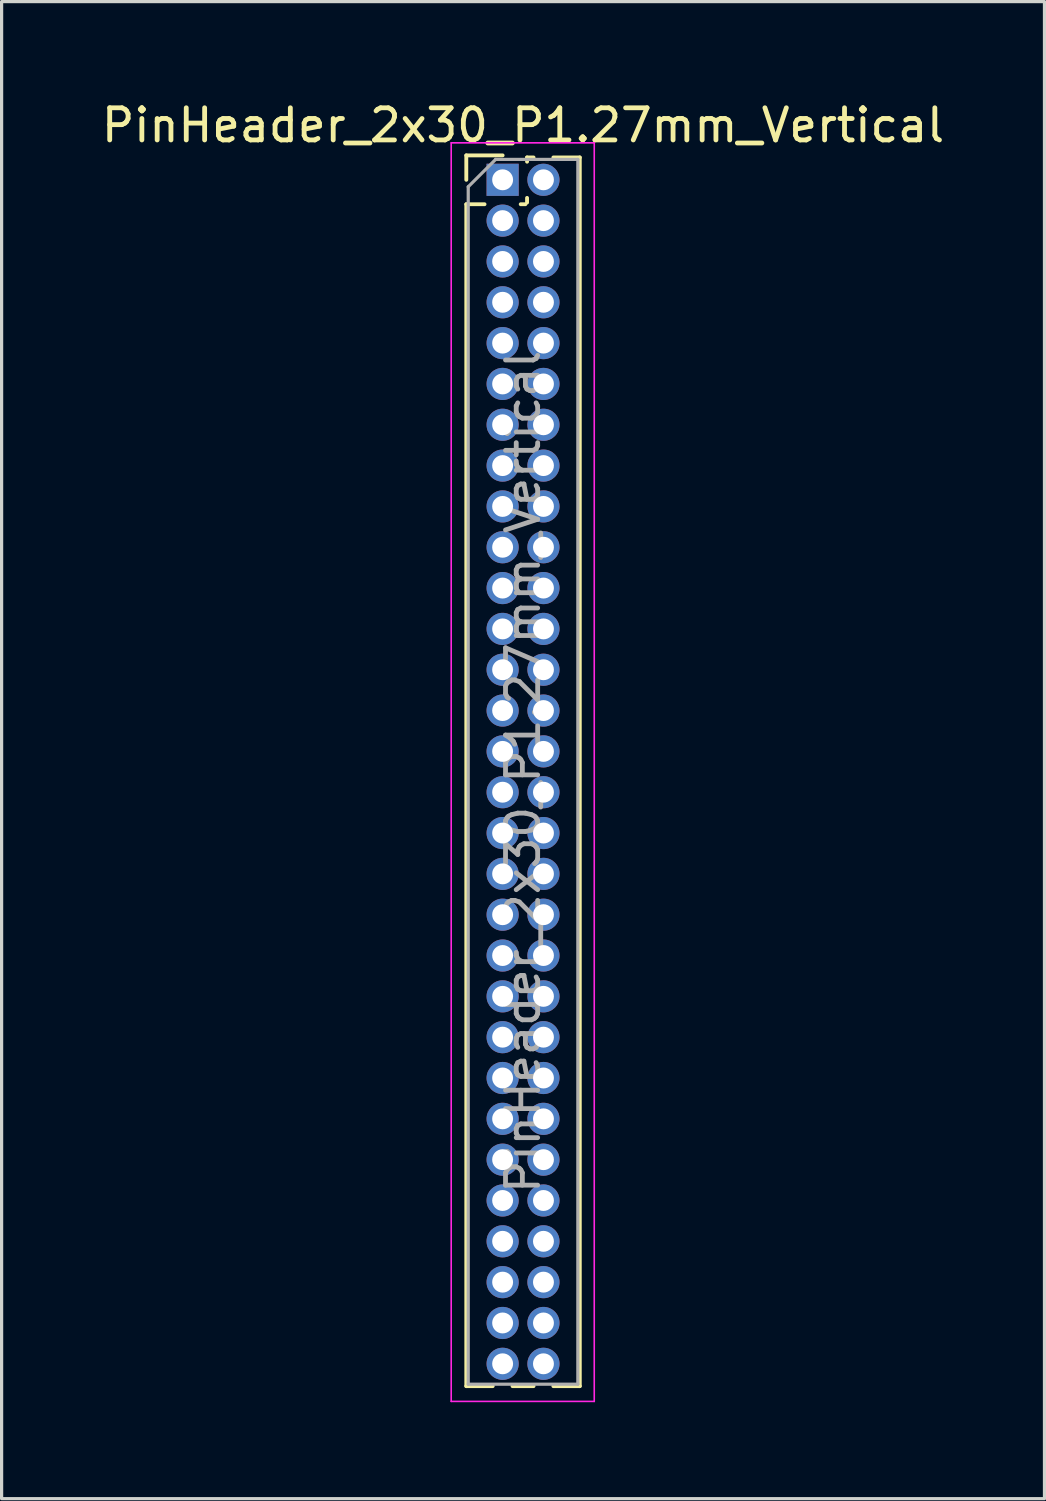
<source format=kicad_pcb>
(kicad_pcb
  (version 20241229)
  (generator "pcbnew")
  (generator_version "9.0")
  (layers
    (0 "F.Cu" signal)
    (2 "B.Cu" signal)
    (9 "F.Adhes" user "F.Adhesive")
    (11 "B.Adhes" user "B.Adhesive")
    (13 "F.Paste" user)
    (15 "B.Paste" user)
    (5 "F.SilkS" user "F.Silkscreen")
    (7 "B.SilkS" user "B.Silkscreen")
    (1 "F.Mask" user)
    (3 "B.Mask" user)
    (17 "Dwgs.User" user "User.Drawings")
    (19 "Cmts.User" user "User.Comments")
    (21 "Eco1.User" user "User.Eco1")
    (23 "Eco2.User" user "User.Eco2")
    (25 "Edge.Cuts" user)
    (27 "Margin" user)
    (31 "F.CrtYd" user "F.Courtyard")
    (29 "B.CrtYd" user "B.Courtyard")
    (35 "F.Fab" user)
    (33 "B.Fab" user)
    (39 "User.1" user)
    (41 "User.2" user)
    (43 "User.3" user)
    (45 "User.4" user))
  (footprint "PinHeader_2x30_P1.27mm_Vertical"
    (layer "F.Cu")
    (at 12.585 2.543)
    (property "Reference" "PinHeader_2x30_P1.27mm_Vertical" (at 0.635 -1.695 0) (layer "F.SilkS") (effects (font (size 1 1) (thickness 0.15))))
    (attr through_hole)
    (fp_line (start -1.13 -0.76) (end 0 -0.76) (stroke (width 0.12) (type solid)) (layer "F.SilkS"))
    (fp_line (start -1.13 0) (end -1.13 -0.76) (stroke (width 0.12) (type solid)) (layer "F.SilkS"))
    (fp_line (start -1.13 0.76) (end -1.13 37.525) (stroke (width 0.12) (type solid)) (layer "F.SilkS"))
    (fp_line (start -1.13 0.76) (end -0.563 0.76) (stroke (width 0.12) (type solid)) (layer "F.SilkS"))
    (fp_line (start -1.13 37.525) (end -0.308 37.525) (stroke (width 0.12) (type solid)) (layer "F.SilkS"))
    (fp_line (start 0.308 37.525) (end 0.962 37.525) (stroke (width 0.12) (type solid)) (layer "F.SilkS"))
    (fp_line (start 0.563 0.76) (end 0.707 0.76) (stroke (width 0.12) (type solid)) (layer "F.SilkS"))
    (fp_line (start 0.76 -0.695) (end 0.962 -0.695) (stroke (width 0.12) (type solid)) (layer "F.SilkS"))
    (fp_line (start 0.76 -0.563) (end 0.76 -0.695) (stroke (width 0.12) (type solid)) (layer "F.SilkS"))
    (fp_line (start 0.76 0.707) (end 0.76 0.563) (stroke (width 0.12) (type solid)) (layer "F.SilkS"))
    (fp_line (start 1.578 -0.695) (end 2.4 -0.695) (stroke (width 0.12) (type solid)) (layer "F.SilkS"))
    (fp_line (start 1.578 37.525) (end 2.4 37.525) (stroke (width 0.12) (type solid)) (layer "F.SilkS"))
    (fp_line (start 2.4 -0.695) (end 2.4 37.525) (stroke (width 0.12) (type solid)) (layer "F.SilkS"))
    (fp_line (start -1.6 -1.15) (end -1.6 38) (stroke (width 0.05) (type solid)) (layer "F.CrtYd"))
    (fp_line (start -1.6 38) (end 2.85 38) (stroke (width 0.05) (type solid)) (layer "F.CrtYd"))
    (fp_line (start 2.85 -1.15) (end -1.6 -1.15) (stroke (width 0.05) (type solid)) (layer "F.CrtYd"))
    (fp_line (start 2.85 38) (end 2.85 -1.15) (stroke (width 0.05) (type solid)) (layer "F.CrtYd"))
    (fp_line (start -1.07 0.217) (end -0.217 -0.635) (stroke (width 0.1) (type solid)) (layer "F.Fab"))
    (fp_line (start -1.07 37.465) (end -1.07 0.217) (stroke (width 0.1) (type solid)) (layer "F.Fab"))
    (fp_line (start -0.217 -0.635) (end 2.34 -0.635) (stroke (width 0.1) (type solid)) (layer "F.Fab"))
    (fp_line (start 2.34 -0.635) (end 2.34 37.465) (stroke (width 0.1) (type solid)) (layer "F.Fab"))
    (fp_line (start 2.34 37.465) (end -1.07 37.465) (stroke (width 0.1) (type solid)) (layer "F.Fab"))
    (fp_text user "${REFERENCE}" (at 0.635 18.415 90) (layer "F.Fab") (effects (font (size 1 1) (thickness 0.15))))
    (pad "1" thru_hole rect (at 0 0) (size 1 1) (drill 0.65) (layers "*.Cu" "*.Mask"))
    (pad "2" thru_hole oval (at 1.27 0) (size 1 1) (drill 0.65) (layers "*.Cu" "*.Mask"))
    (pad "3" thru_hole oval (at 0 1.27) (size 1 1) (drill 0.65) (layers "*.Cu" "*.Mask"))
    (pad "4" thru_hole oval (at 1.27 1.27) (size 1 1) (drill 0.65) (layers "*.Cu" "*.Mask"))
    (pad "5" thru_hole oval (at 0 2.54) (size 1 1) (drill 0.65) (layers "*.Cu" "*.Mask"))
    (pad "6" thru_hole oval (at 1.27 2.54) (size 1 1) (drill 0.65) (layers "*.Cu" "*.Mask"))
    (pad "7" thru_hole oval (at 0 3.81) (size 1 1) (drill 0.65) (layers "*.Cu" "*.Mask"))
    (pad "8" thru_hole oval (at 1.27 3.81) (size 1 1) (drill 0.65) (layers "*.Cu" "*.Mask"))
    (pad "9" thru_hole oval (at 0 5.08) (size 1 1) (drill 0.65) (layers "*.Cu" "*.Mask"))
    (pad "10" thru_hole oval (at 1.27 5.08) (size 1 1) (drill 0.65) (layers "*.Cu" "*.Mask"))
    (pad "11" thru_hole oval (at 0 6.35) (size 1 1) (drill 0.65) (layers "*.Cu" "*.Mask"))
    (pad "12" thru_hole oval (at 1.27 6.35) (size 1 1) (drill 0.65) (layers "*.Cu" "*.Mask"))
    (pad "13" thru_hole oval (at 0 7.62) (size 1 1) (drill 0.65) (layers "*.Cu" "*.Mask"))
    (pad "14" thru_hole oval (at 1.27 7.62) (size 1 1) (drill 0.65) (layers "*.Cu" "*.Mask"))
    (pad "15" thru_hole oval (at 0 8.89) (size 1 1) (drill 0.65) (layers "*.Cu" "*.Mask"))
    (pad "16" thru_hole oval (at 1.27 8.89) (size 1 1) (drill 0.65) (layers "*.Cu" "*.Mask"))
    (pad "17" thru_hole oval (at 0 10.16) (size 1 1) (drill 0.65) (layers "*.Cu" "*.Mask"))
    (pad "18" thru_hole oval (at 1.27 10.16) (size 1 1) (drill 0.65) (layers "*.Cu" "*.Mask"))
    (pad "19" thru_hole oval (at 0 11.43) (size 1 1) (drill 0.65) (layers "*.Cu" "*.Mask"))
    (pad "20" thru_hole oval (at 1.27 11.43) (size 1 1) (drill 0.65) (layers "*.Cu" "*.Mask"))
    (pad "21" thru_hole oval (at 0 12.7) (size 1 1) (drill 0.65) (layers "*.Cu" "*.Mask"))
    (pad "22" thru_hole oval (at 1.27 12.7) (size 1 1) (drill 0.65) (layers "*.Cu" "*.Mask"))
    (pad "23" thru_hole oval (at 0 13.97) (size 1 1) (drill 0.65) (layers "*.Cu" "*.Mask"))
    (pad "24" thru_hole oval (at 1.27 13.97) (size 1 1) (drill 0.65) (layers "*.Cu" "*.Mask"))
    (pad "25" thru_hole oval (at 0 15.24) (size 1 1) (drill 0.65) (layers "*.Cu" "*.Mask"))
    (pad "26" thru_hole oval (at 1.27 15.24) (size 1 1) (drill 0.65) (layers "*.Cu" "*.Mask"))
    (pad "27" thru_hole oval (at 0 16.51) (size 1 1) (drill 0.65) (layers "*.Cu" "*.Mask"))
    (pad "28" thru_hole oval (at 1.27 16.51) (size 1 1) (drill 0.65) (layers "*.Cu" "*.Mask"))
    (pad "29" thru_hole oval (at 0 17.78) (size 1 1) (drill 0.65) (layers "*.Cu" "*.Mask"))
    (pad "30" thru_hole oval (at 1.27 17.78) (size 1 1) (drill 0.65) (layers "*.Cu" "*.Mask"))
    (pad "31" thru_hole oval (at 0 19.05) (size 1 1) (drill 0.65) (layers "*.Cu" "*.Mask"))
    (pad "32" thru_hole oval (at 1.27 19.05) (size 1 1) (drill 0.65) (layers "*.Cu" "*.Mask"))
    (pad "33" thru_hole oval (at 0 20.32) (size 1 1) (drill 0.65) (layers "*.Cu" "*.Mask"))
    (pad "34" thru_hole oval (at 1.27 20.32) (size 1 1) (drill 0.65) (layers "*.Cu" "*.Mask"))
    (pad "35" thru_hole oval (at 0 21.59) (size 1 1) (drill 0.65) (layers "*.Cu" "*.Mask"))
    (pad "36" thru_hole oval (at 1.27 21.59) (size 1 1) (drill 0.65) (layers "*.Cu" "*.Mask"))
    (pad "37" thru_hole oval (at 0 22.86) (size 1 1) (drill 0.65) (layers "*.Cu" "*.Mask"))
    (pad "38" thru_hole oval (at 1.27 22.86) (size 1 1) (drill 0.65) (layers "*.Cu" "*.Mask"))
    (pad "39" thru_hole oval (at 0 24.13) (size 1 1) (drill 0.65) (layers "*.Cu" "*.Mask"))
    (pad "40" thru_hole oval (at 1.27 24.13) (size 1 1) (drill 0.65) (layers "*.Cu" "*.Mask"))
    (pad "41" thru_hole oval (at 0 25.4) (size 1 1) (drill 0.65) (layers "*.Cu" "*.Mask"))
    (pad "42" thru_hole oval (at 1.27 25.4) (size 1 1) (drill 0.65) (layers "*.Cu" "*.Mask"))
    (pad "43" thru_hole oval (at 0 26.67) (size 1 1) (drill 0.65) (layers "*.Cu" "*.Mask"))
    (pad "44" thru_hole oval (at 1.27 26.67) (size 1 1) (drill 0.65) (layers "*.Cu" "*.Mask"))
    (pad "45" thru_hole oval (at 0 27.94) (size 1 1) (drill 0.65) (layers "*.Cu" "*.Mask"))
    (pad "46" thru_hole oval (at 1.27 27.94) (size 1 1) (drill 0.65) (layers "*.Cu" "*.Mask"))
    (pad "47" thru_hole oval (at 0 29.21) (size 1 1) (drill 0.65) (layers "*.Cu" "*.Mask"))
    (pad "48" thru_hole oval (at 1.27 29.21) (size 1 1) (drill 0.65) (layers "*.Cu" "*.Mask"))
    (pad "49" thru_hole oval (at 0 30.48) (size 1 1) (drill 0.65) (layers "*.Cu" "*.Mask"))
    (pad "50" thru_hole oval (at 1.27 30.48) (size 1 1) (drill 0.65) (layers "*.Cu" "*.Mask"))
    (pad "51" thru_hole oval (at 0 31.75) (size 1 1) (drill 0.65) (layers "*.Cu" "*.Mask"))
    (pad "52" thru_hole oval (at 1.27 31.75) (size 1 1) (drill 0.65) (layers "*.Cu" "*.Mask"))
    (pad "53" thru_hole oval (at 0 33.02) (size 1 1) (drill 0.65) (layers "*.Cu" "*.Mask"))
    (pad "54" thru_hole oval (at 1.27 33.02) (size 1 1) (drill 0.65) (layers "*.Cu" "*.Mask"))
    (pad "55" thru_hole oval (at 0 34.29) (size 1 1) (drill 0.65) (layers "*.Cu" "*.Mask"))
    (pad "56" thru_hole oval (at 1.27 34.29) (size 1 1) (drill 0.65) (layers "*.Cu" "*.Mask"))
    (pad "57" thru_hole oval (at 0 35.56) (size 1 1) (drill 0.65) (layers "*.Cu" "*.Mask"))
    (pad "58" thru_hole oval (at 1.27 35.56) (size 1 1) (drill 0.65) (layers "*.Cu" "*.Mask"))
    (pad "59" thru_hole oval (at 0 36.83) (size 1 1) (drill 0.65) (layers "*.Cu" "*.Mask"))
    (pad "60" thru_hole oval (at 1.27 36.83) (size 1 1) (drill 0.65) (layers "*.Cu" "*.Mask")))
  (gr_rect
    (start -3 -3)
    (end 29.44 43.568)
    (stroke (width 0.1) (type default))
    (fill no)
    (layer "Edge.Cuts")))
</source>
